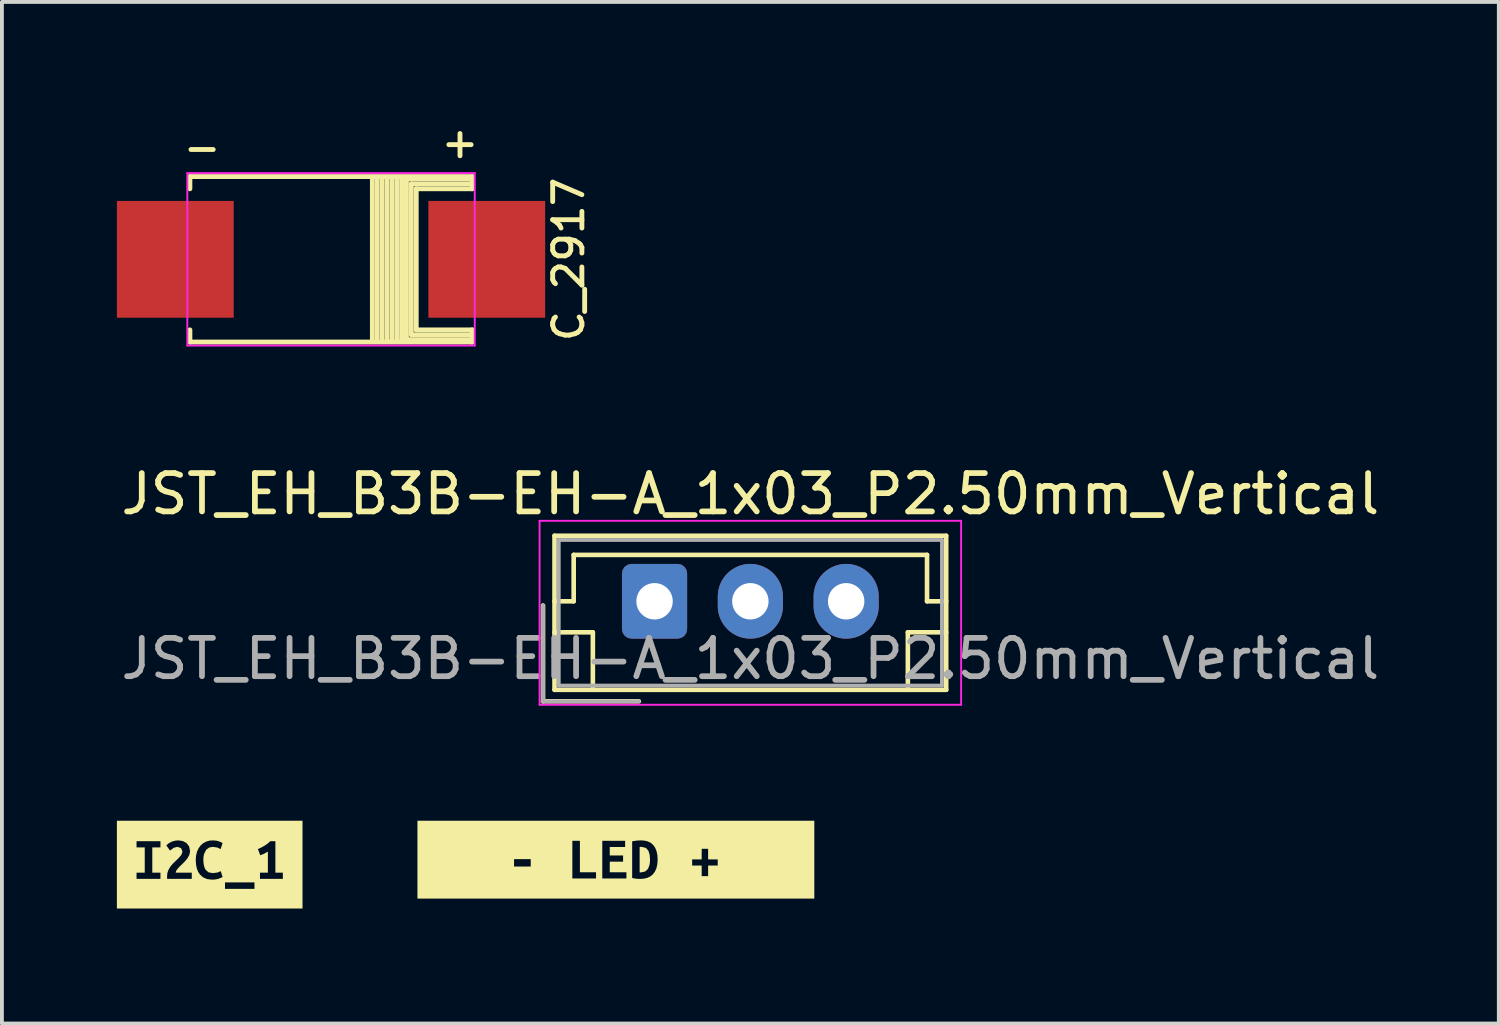
<source format=kicad_pcb>
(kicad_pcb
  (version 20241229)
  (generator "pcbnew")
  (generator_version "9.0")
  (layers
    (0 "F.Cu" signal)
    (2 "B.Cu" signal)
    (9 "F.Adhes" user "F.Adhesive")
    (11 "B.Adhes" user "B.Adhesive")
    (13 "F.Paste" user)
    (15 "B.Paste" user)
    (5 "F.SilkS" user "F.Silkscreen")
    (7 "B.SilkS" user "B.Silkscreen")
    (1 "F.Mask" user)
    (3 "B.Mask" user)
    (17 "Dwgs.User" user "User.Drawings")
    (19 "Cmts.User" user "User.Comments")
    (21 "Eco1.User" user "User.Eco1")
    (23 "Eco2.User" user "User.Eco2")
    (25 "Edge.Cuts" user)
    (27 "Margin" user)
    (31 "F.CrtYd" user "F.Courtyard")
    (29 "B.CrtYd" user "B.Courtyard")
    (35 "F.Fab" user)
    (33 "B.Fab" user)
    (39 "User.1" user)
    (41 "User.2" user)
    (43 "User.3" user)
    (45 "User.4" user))
  (footprint "JST_EH_B3B-EH-A_1x03_P2.50mm_Vertical"
    (layer "F.Cu")
    (at 14.03 12.64)
    (property "Reference" "JST_EH_B3B-EH-A_1x03_P2.50mm_Vertical" (at 2.5 -2.8 0) (layer "F.SilkS") (effects (font (size 1 1) (thickness 0.15))))
    (attr through_hole)
    (fp_line (start -2.91 0.11) (end -2.91 2.61) (stroke (width 0.12) (type solid)) (layer "F.SilkS"))
    (fp_line (start -2.91 2.61) (end -0.41 2.61) (stroke (width 0.12) (type solid)) (layer "F.SilkS"))
    (fp_line (start -2.61 -1.71) (end -2.61 2.31) (stroke (width 0.12) (type solid)) (layer "F.SilkS"))
    (fp_line (start -2.61 0) (end -2.11 0) (stroke (width 0.12) (type solid)) (layer "F.SilkS"))
    (fp_line (start -2.61 0.81) (end -1.61 0.81) (stroke (width 0.12) (type solid)) (layer "F.SilkS"))
    (fp_line (start -2.61 2.31) (end 7.61 2.31) (stroke (width 0.12) (type solid)) (layer "F.SilkS"))
    (fp_line (start -2.11 -1.21) (end 7.11 -1.21) (stroke (width 0.12) (type solid)) (layer "F.SilkS"))
    (fp_line (start -2.11 0) (end -2.11 -1.21) (stroke (width 0.12) (type solid)) (layer "F.SilkS"))
    (fp_line (start -1.61 0.81) (end -1.61 2.31) (stroke (width 0.12) (type solid)) (layer "F.SilkS"))
    (fp_line (start 6.61 0.81) (end 6.61 2.31) (stroke (width 0.12) (type solid)) (layer "F.SilkS"))
    (fp_line (start 7.11 -1.21) (end 7.11 0) (stroke (width 0.12) (type solid)) (layer "F.SilkS"))
    (fp_line (start 7.11 0) (end 7.61 0) (stroke (width 0.12) (type solid)) (layer "F.SilkS"))
    (fp_line (start 7.61 -1.71) (end -2.61 -1.71) (stroke (width 0.12) (type solid)) (layer "F.SilkS"))
    (fp_line (start 7.61 0.81) (end 6.61 0.81) (stroke (width 0.12) (type solid)) (layer "F.SilkS"))
    (fp_line (start 7.61 2.31) (end 7.61 -1.71) (stroke (width 0.12) (type solid)) (layer "F.SilkS"))
    (fp_line (start -3 -2.1) (end -3 2.7) (stroke (width 0.05) (type solid)) (layer "F.CrtYd"))
    (fp_line (start -3 2.7) (end 8 2.7) (stroke (width 0.05) (type solid)) (layer "F.CrtYd"))
    (fp_line (start 8 -2.1) (end -3 -2.1) (stroke (width 0.05) (type solid)) (layer "F.CrtYd"))
    (fp_line (start 8 2.7) (end 8 -2.1) (stroke (width 0.05) (type solid)) (layer "F.CrtYd"))
    (fp_line (start -2.91 0.11) (end -2.91 2.61) (stroke (width 0.1) (type solid)) (layer "F.Fab"))
    (fp_line (start -2.91 2.61) (end -0.41 2.61) (stroke (width 0.1) (type solid)) (layer "F.Fab"))
    (fp_line (start -2.5 -1.6) (end -2.5 2.2) (stroke (width 0.1) (type solid)) (layer "F.Fab"))
    (fp_line (start -2.5 2.2) (end 7.5 2.2) (stroke (width 0.1) (type solid)) (layer "F.Fab"))
    (fp_line (start 7.5 -1.6) (end -2.5 -1.6) (stroke (width 0.1) (type solid)) (layer "F.Fab"))
    (fp_line (start 7.5 2.2) (end 7.5 -1.6) (stroke (width 0.1) (type solid)) (layer "F.Fab"))
    (fp_text user "${REFERENCE}" (at 2.5 1.5 0) (layer "F.Fab") (effects (font (size 1 1) (thickness 0.15))))
    (pad "1" thru_hole roundrect (at 0 0) (size 1.7 1.95) (drill 0.95) (layers "*.Cu" "*.Mask") (roundrect_rratio 0.147))
    (pad "2" thru_hole oval (at 2.5 0) (size 1.7 1.95) (drill 0.95) (layers "*.Cu" "*.Mask"))
    (pad "3" thru_hole oval (at 5 0) (size 1.7 1.95) (drill 0.95) (layers "*.Cu" "*.Mask")))
  (footprint "label_LED"
    (layer "F.Cu")
    (at 13.021 19.382)
    (property "Reference" "label_LED" (at 0 -1.016 0) (layer "F.SilkS") (effects (font (size 0.001 0.001) (thickness 0.000003))))
    (attr exclude_from_pos_files exclude_from_bom)
    (fp_poly (pts (xy 0.62 0.332) (xy 0.637 0.333) (xy 0.655 0.333) (xy 0.767 0.308) (xy 0.84 0.238) (xy 0.879 0.133) (xy 0.888 0.068) (xy 0.891 -0.002) (xy 0.882 -0.125) (xy 0.849 -0.232) (xy 0.783 -0.306) (xy 0.677 -0.333) (xy 0.648 -0.333) (xy 0.62 -0.329) (xy 0.62 0.332)) (stroke (width 0) (type solid)) (fill yes) (layer "F.SilkS"))
    (fp_poly (pts (xy -4.665 -1.016) (xy -2.657 -0.013) (xy -2.222 -0.013) (xy -2.222 0.179) (xy -2.657 0.179) (xy -2.657 -0.013) (xy -4.665 -1.016) (xy -5.178 -1.016) (xy -5.178 1.016) (xy -0.518 0.491) (xy -1.136 0.491) (xy -1.136 -0.492) (xy -0.939 -0.492) (xy -0.939 0.329) (xy -0.518 0.329) (xy -0.518 0.491) (xy -5.178 1.016) (xy -4.665 1.016) (xy -0.355 0.491) (xy -0.355 -0.492) (xy 0.241 -0.492) (xy 0.241 -0.33) (xy -0.16 -0.33) (xy -0.16 -0.11) (xy 0.188 -0.11) (xy 0.188 0.052) (xy -0.16 0.052) (xy -0.16 0.329) (xy 0.275 0.329) (xy 0.275 0.491) (xy -0.355 0.491) (xy -4.665 1.016) (xy 4.665 1.016) (xy 2.657 0.154) (xy 2.407 0.154) (xy 2.407 0.43) (xy 2.239 0.43) (xy 2.239 0.154) (xy 1.99 0.154) (xy 1.99 -0.006) (xy 2.239 -0.006) (xy 2.239 -0.283) (xy 2.407 -0.283) (xy 2.407 -0.006) (xy 2.657 -0.006) (xy 2.657 0.154) (xy 4.665 1.016) (xy 5.178 1.016) (xy 5.178 -1.016) (xy 1.09 -0.002) (xy 1.081 0.125) (xy 1.056 0.231) (xy 1.015 0.318) (xy 0.961 0.387) (xy 0.895 0.44) (xy 0.818 0.475) (xy 0.73 0.496) (xy 0.634 0.503) (xy 0.532 0.498) (xy 0.425 0.479) (xy 0.425 -0.479) (xy 0.55 -0.498) (xy 0.66 -0.503) (xy 0.752 -0.496) (xy 0.837 -0.475) (xy 0.911 -0.438) (xy 0.972 -0.385) (xy 1.022 -0.316) (xy 1.059 -0.229) (xy 1.082 -0.125) (xy 1.09 -0.002) (xy 5.178 -1.016) (xy 4.665 -1.016) (xy -4.665 -1.016)) (stroke (width 0) (type solid)) (fill yes) (layer "F.SilkS")))
  (footprint "C_2917"
    (layer "F.Cu")
    (at 5.588 3.717)
    (property "Reference" "C_2917" (at 6.2 0 90) (layer "F.SilkS") (effects (font (size 0.762 0.762) (thickness 0.127))))
    (attr smd)
    (fp_line (start -3.683 -2.159) (end 3.683 -2.159) (stroke (width 0.127) (type solid)) (layer "F.SilkS"))
    (fp_line (start -3.683 -1.841) (end -3.683 -2.159) (stroke (width 0.127) (type solid)) (layer "F.SilkS"))
    (fp_line (start -3.683 2.159) (end -3.683 1.841) (stroke (width 0.127) (type solid)) (layer "F.SilkS"))
    (fp_line (start 1.079 -2.095) (end 1.079 2.095) (stroke (width 0.127) (type solid)) (layer "F.SilkS"))
    (fp_line (start 1.206 -2.095) (end 1.206 2.095) (stroke (width 0.127) (type solid)) (layer "F.SilkS"))
    (fp_line (start 1.333 -2.095) (end 1.333 2.095) (stroke (width 0.127) (type solid)) (layer "F.SilkS"))
    (fp_line (start 1.46 2.095) (end 1.46 -2.095) (stroke (width 0.127) (type solid)) (layer "F.SilkS"))
    (fp_line (start 1.587 -2.095) (end 1.587 2.095) (stroke (width 0.127) (type solid)) (layer "F.SilkS"))
    (fp_line (start 1.714 2.095) (end 1.714 -2.095) (stroke (width 0.127) (type solid)) (layer "F.SilkS"))
    (fp_line (start 1.841 -2.095) (end 1.841 2.095) (stroke (width 0.127) (type solid)) (layer "F.SilkS"))
    (fp_line (start 1.968 -2.095) (end 1.968 2.095) (stroke (width 0.127) (type solid)) (layer "F.SilkS"))
    (fp_line (start 1.968 2.095) (end 3.619 2.095) (stroke (width 0.127) (type solid)) (layer "F.SilkS"))
    (fp_line (start 2.095 -1.968) (end 3.619 -1.968) (stroke (width 0.127) (type solid)) (layer "F.SilkS"))
    (fp_line (start 2.095 1.968) (end 2.095 -1.968) (stroke (width 0.127) (type solid)) (layer "F.SilkS"))
    (fp_line (start 2.223 -1.841) (end 2.223 1.841) (stroke (width 0.127) (type solid)) (layer "F.SilkS"))
    (fp_line (start 2.223 1.841) (end 3.683 1.841) (stroke (width 0.127) (type solid)) (layer "F.SilkS"))
    (fp_line (start 3.619 -2.095) (end 1.968 -2.095) (stroke (width 0.127) (type solid)) (layer "F.SilkS"))
    (fp_line (start 3.683 -2.159) (end 3.683 -1.841) (stroke (width 0.127) (type solid)) (layer "F.SilkS"))
    (fp_line (start 3.683 -1.841) (end 2.223 -1.841) (stroke (width 0.127) (type solid)) (layer "F.SilkS"))
    (fp_line (start 3.683 1.841) (end 3.683 2.159) (stroke (width 0.127) (type solid)) (layer "F.SilkS"))
    (fp_line (start 3.683 1.968) (end 2.095 1.968) (stroke (width 0.127) (type solid)) (layer "F.SilkS"))
    (fp_line (start 3.683 2.159) (end -3.683 2.159) (stroke (width 0.127) (type solid)) (layer "F.SilkS"))
    (fp_line (start -3.75 -2.25) (end 3.75 -2.25) (stroke (width 0.05) (type solid)) (layer "F.CrtYd"))
    (fp_line (start -3.75 2.25) (end -3.75 -2.25) (stroke (width 0.05) (type solid)) (layer "F.CrtYd"))
    (fp_line (start 3.75 -2.25) (end 3.75 2.25) (stroke (width 0.05) (type solid)) (layer "F.CrtYd"))
    (fp_line (start 3.75 2.25) (end -3.75 2.25) (stroke (width 0.05) (type solid)) (layer "F.CrtYd"))
    (fp_text user "-" (at -3.365 -2.921 0) (layer "F.SilkS") (effects (font (size 0.762 0.762) (thickness 0.127))))
    (fp_text user "+" (at 3.365 -3.048 0) (layer "F.SilkS") (effects (font (size 0.762 0.762) (thickness 0.127))))
    (pad "1" smd rect (at 4.064 0) (size 3.048 3.048) (layers "F.Cu" "F.Mask" "F.Paste"))
    (pad "2" smd rect (at -4.064 0) (size 3.048 3.048) (layers "F.Cu" "F.Mask" "F.Paste")))
  (footprint "label_I2C_1"
    (layer "F.Cu")
    (at 2.422 19.512)
    (property "Reference" "label_I2C_1" (at 0 -1.147 0) (layer "F.SilkS") (effects (font (size 0.001 0.001) (thickness 0.000003))))
    (attr exclude_from_pos_files exclude_from_bom)
    (fp_poly (pts (xy -1.909 -1.146) (xy -1.909 -0.611) (xy -1.285 -0.611) (xy -1.285 -0.449) (xy -1.498 -0.449) (xy -1.498 0.21) (xy -1.285 0.21) (xy -0.961 -0.025) (xy -0.911 -0.075) (xy -0.861 -0.123) (xy -0.814 -0.168) (xy -0.74 -0.254) (xy -0.71 -0.338) (xy -0.747 -0.431) (xy -0.839 -0.464) (xy -0.936 -0.441) (xy -1.036 -0.367) (xy -1.133 -0.503) (xy -1.064 -0.561) (xy -0.986 -0.602) (xy -0.903 -0.625) (xy -0.82 -0.633) (xy -0.704 -0.616) (xy -0.606 -0.564) (xy -0.537 -0.475) (xy -0.512 -0.352) (xy -0.531 -0.255) (xy -0.582 -0.164) (xy -0.653 -0.078) (xy -0.734 0.002) (xy -0.782 0.047) (xy -0.833 0.101) (xy -0.873 0.157) (xy -0.89 0.21) (xy -0.468 0.21) (xy -0.468 0.371) (xy -1.109 0.371) (xy -1.113 0.332) (xy -1.112 0.298) (xy -1.105 0.222) (xy -1.083 0.152) (xy -1.049 0.088) (xy -1.008 0.029) (xy -0.961 -0.025) (xy -1.285 0.21) (xy -1.285 0.371) (xy -1.909 0.371) (xy -1.909 0.21) (xy -1.695 0.21) (xy -1.695 -0.449) (xy -1.909 -0.449) (xy -1.909 -0.611) (xy -1.909 -1.146) (xy -2.422 -1.146) (xy -2.422 1.146) (xy 0.063 0.392) (xy -0.065 0.377) (xy -0.171 0.333) (xy -0.255 0.259) (xy -0.303 0.185) (xy -0.337 0.097) (xy -0.357 -0.005) (xy -0.364 -0.121) (xy -0.356 -0.236) (xy -0.331 -0.338) (xy -0.291 -0.426) (xy -0.238 -0.499) (xy -0.173 -0.557) (xy -0.097 -0.599) (xy -0.011 -0.625) (xy 0.082 -0.633) (xy 0.176 -0.625) (xy 0.25 -0.605) (xy 0.303 -0.581) (xy 0.336 -0.562) (xy 0.285 -0.406) (xy 0.197 -0.447) (xy 0.079 -0.464) (xy -0.011 -0.447) (xy -0.089 -0.391) (xy -0.144 -0.287) (xy -0.161 -0.214) (xy -0.166 -0.125) (xy -0.159 -0.022) (xy -0.14 0.064) (xy -0.108 0.133) (xy -0.032 0.2) (xy 0.082 0.222) (xy 0.208 0.205) (xy 0.288 0.17) (xy 0.337 0.324) (xy 0.225 0.371) (xy 0.149 0.387) (xy 0.063 0.392) (xy -2.422 1.146) (xy -1.909 1.146) (xy 0.399 0.464) (xy 1.168 0.464) (xy 1.168 0.633) (xy 0.399 0.633) (xy 0.399 0.464) (xy -1.909 1.146) (xy 1.909 1.146) (xy 1.909 0.371) (xy 1.312 0.371) (xy 1.312 0.21) (xy 1.518 0.21) (xy 1.518 -0.34) (xy 1.417 -0.283) (xy 1.32 -0.244) (xy 1.257 -0.406) (xy 1.339 -0.443) (xy 1.428 -0.492) (xy 1.512 -0.549) (xy 1.58 -0.611) (xy 1.714 -0.611) (xy 1.714 0.21) (xy 1.909 0.21) (xy 1.909 0.371) (xy 1.909 1.146) (xy 2.422 1.146) (xy 2.422 -1.146) (xy 1.909 -1.146) (xy -1.909 -1.146)) (stroke (width 0) (type solid)) (fill yes) (layer "F.SilkS")))
  (gr_rect
    (start -3 -3)
    (end 36.06 23.658)
    (stroke (width 0.1) (type default))
    (fill no)
    (layer "Edge.Cuts")))
</source>
